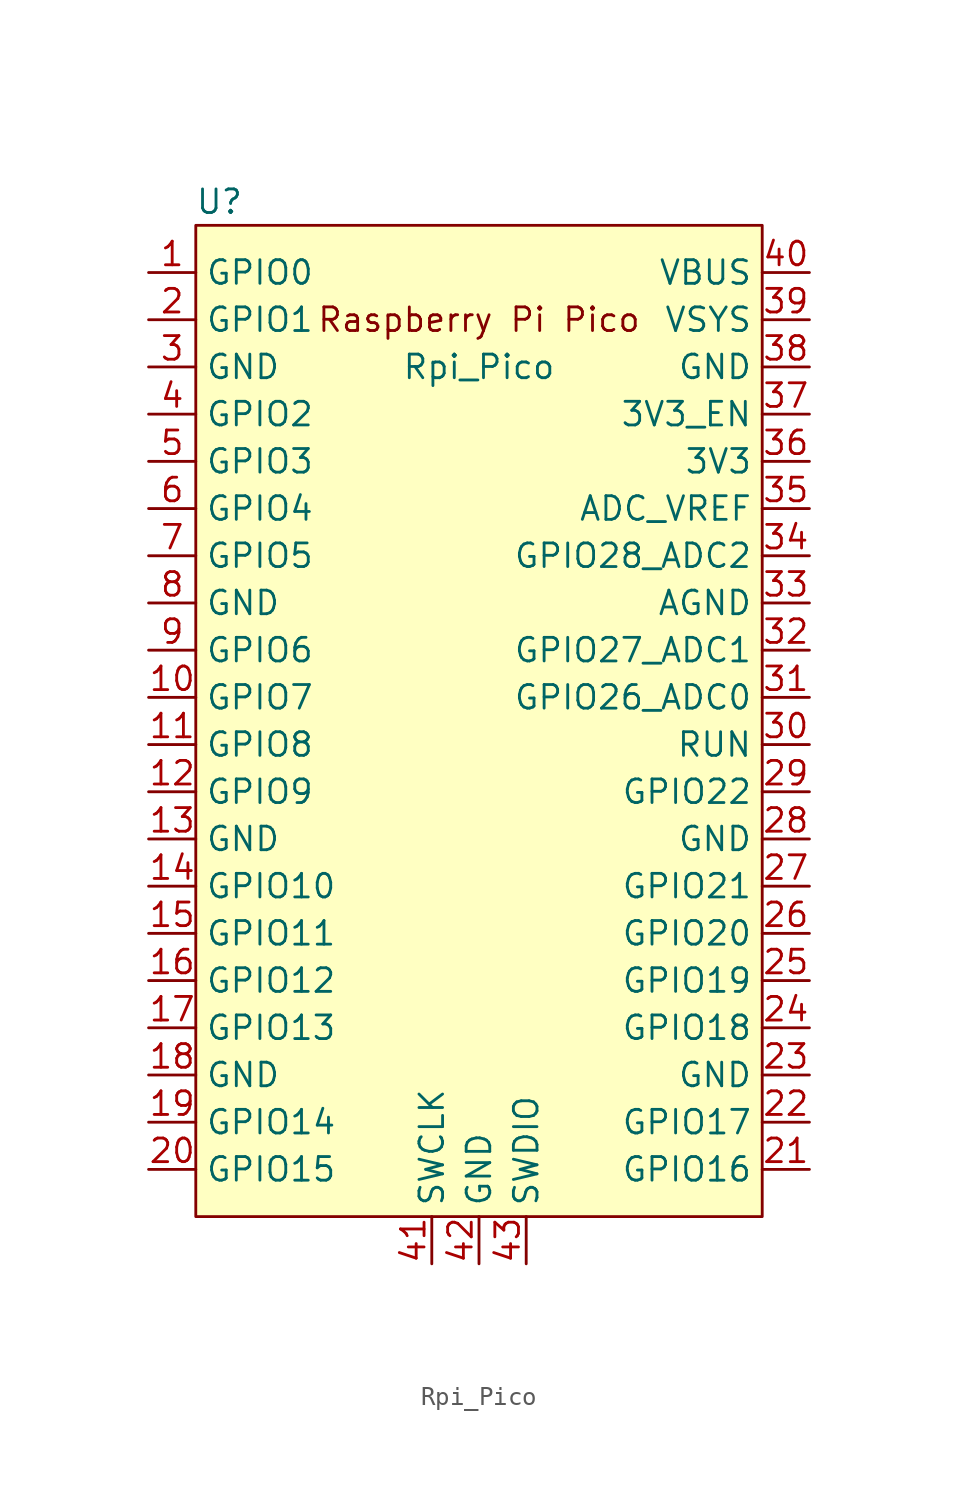
<source format=kicad_sym>
(kicad_symbol_lib
  (version 20220914)
  (generator kicad_symbol_editor)
  (symbol "Rpi_Pico"
    (property "Reference" "U"
      (at -13.97 27.94 0)
      (effects (font (size 1.27 1.27))))
    (property "Value" "Rpi_Pico"
      (at 0 19.05 0)
      (effects (font (size 1.27 1.27))))
    (symbol "Rpi_Pico_0_0"
      (text "Raspberry Pi Pico" (at 0 21.59 0) (effects (font (size 1.27 1.27)))))
    (symbol "Rpi_Pico_0_1"
      (rectangle (start -15.24 26.67) (end 15.24 -26.67) (stroke (width 0) (type default)) (fill (type background))))
    (symbol "Rpi_Pico_1_1"
      (pin bidirectional line (at -17.78 24.13 0) (length 2.54) (name "GPIO0" (effects (font (size 1.27 1.27)))) (number "1" (effects (font (size 1.27 1.27)))))
      (pin bidirectional line (at -17.78 1.27 0) (length 2.54) (name "GPIO7" (effects (font (size 1.27 1.27)))) (number "10" (effects (font (size 1.27 1.27)))))
      (pin bidirectional line (at -17.78 -1.27 0) (length 2.54) (name "GPIO8" (effects (font (size 1.27 1.27)))) (number "11" (effects (font (size 1.27 1.27)))))
      (pin bidirectional line (at -17.78 -3.81 0) (length 2.54) (name "GPIO9" (effects (font (size 1.27 1.27)))) (number "12" (effects (font (size 1.27 1.27)))))
      (pin power_in line (at -17.78 -6.35 0) (length 2.54) (name "GND" (effects (font (size 1.27 1.27)))) (number "13" (effects (font (size 1.27 1.27)))))
      (pin bidirectional line (at -17.78 -8.89 0) (length 2.54) (name "GPIO10" (effects (font (size 1.27 1.27)))) (number "14" (effects (font (size 1.27 1.27)))))
      (pin bidirectional line (at -17.78 -11.43 0) (length 2.54) (name "GPIO11" (effects (font (size 1.27 1.27)))) (number "15" (effects (font (size 1.27 1.27)))))
      (pin bidirectional line (at -17.78 -13.97 0) (length 2.54) (name "GPIO12" (effects (font (size 1.27 1.27)))) (number "16" (effects (font (size 1.27 1.27)))))
      (pin bidirectional line (at -17.78 -16.51 0) (length 2.54) (name "GPIO13" (effects (font (size 1.27 1.27)))) (number "17" (effects (font (size 1.27 1.27)))))
      (pin power_in line (at -17.78 -19.05 0) (length 2.54) (name "GND" (effects (font (size 1.27 1.27)))) (number "18" (effects (font (size 1.27 1.27)))))
      (pin bidirectional line (at -17.78 -21.59 0) (length 2.54) (name "GPIO14" (effects (font (size 1.27 1.27)))) (number "19" (effects (font (size 1.27 1.27)))))
      (pin bidirectional line (at -17.78 21.59 0) (length 2.54) (name "GPIO1" (effects (font (size 1.27 1.27)))) (number "2" (effects (font (size 1.27 1.27)))))
      (pin bidirectional line (at -17.78 -24.13 0) (length 2.54) (name "GPIO15" (effects (font (size 1.27 1.27)))) (number "20" (effects (font (size 1.27 1.27)))))
      (pin bidirectional line (at 17.78 -24.13 180) (length 2.54) (name "GPIO16" (effects (font (size 1.27 1.27)))) (number "21" (effects (font (size 1.27 1.27)))))
      (pin bidirectional line (at 17.78 -21.59 180) (length 2.54) (name "GPIO17" (effects (font (size 1.27 1.27)))) (number "22" (effects (font (size 1.27 1.27)))))
      (pin power_in line (at 17.78 -19.05 180) (length 2.54) (name "GND" (effects (font (size 1.27 1.27)))) (number "23" (effects (font (size 1.27 1.27)))))
      (pin bidirectional line (at 17.78 -16.51 180) (length 2.54) (name "GPIO18" (effects (font (size 1.27 1.27)))) (number "24" (effects (font (size 1.27 1.27)))))
      (pin bidirectional line (at 17.78 -13.97 180) (length 2.54) (name "GPIO19" (effects (font (size 1.27 1.27)))) (number "25" (effects (font (size 1.27 1.27)))))
      (pin bidirectional line (at 17.78 -11.43 180) (length 2.54) (name "GPIO20" (effects (font (size 1.27 1.27)))) (number "26" (effects (font (size 1.27 1.27)))))
      (pin bidirectional line (at 17.78 -8.89 180) (length 2.54) (name "GPIO21" (effects (font (size 1.27 1.27)))) (number "27" (effects (font (size 1.27 1.27)))))
      (pin power_in line (at 17.78 -6.35 180) (length 2.54) (name "GND" (effects (font (size 1.27 1.27)))) (number "28" (effects (font (size 1.27 1.27)))))
      (pin bidirectional line (at 17.78 -3.81 180) (length 2.54) (name "GPIO22" (effects (font (size 1.27 1.27)))) (number "29" (effects (font (size 1.27 1.27)))))
      (pin power_in line (at -17.78 19.05 0) (length 2.54) (name "GND" (effects (font (size 1.27 1.27)))) (number "3" (effects (font (size 1.27 1.27)))))
      (pin input line (at 17.78 -1.27 180) (length 2.54) (name "RUN" (effects (font (size 1.27 1.27)))) (number "30" (effects (font (size 1.27 1.27)))))
      (pin bidirectional line (at 17.78 1.27 180) (length 2.54) (name "GPIO26_ADC0" (effects (font (size 1.27 1.27)))) (number "31" (effects (font (size 1.27 1.27)))))
      (pin bidirectional line (at 17.78 3.81 180) (length 2.54) (name "GPIO27_ADC1" (effects (font (size 1.27 1.27)))) (number "32" (effects (font (size 1.27 1.27)))))
      (pin power_in line (at 17.78 6.35 180) (length 2.54) (name "AGND" (effects (font (size 1.27 1.27)))) (number "33" (effects (font (size 1.27 1.27)))))
      (pin bidirectional line (at 17.78 8.89 180) (length 2.54) (name "GPIO28_ADC2" (effects (font (size 1.27 1.27)))) (number "34" (effects (font (size 1.27 1.27)))))
      (pin power_in line (at 17.78 11.43 180) (length 2.54) (name "ADC_VREF" (effects (font (size 1.27 1.27)))) (number "35" (effects (font (size 1.27 1.27)))))
      (pin power_in line (at 17.78 13.97 180) (length 2.54) (name "3V3" (effects (font (size 1.27 1.27)))) (number "36" (effects (font (size 1.27 1.27)))))
      (pin input line (at 17.78 16.51 180) (length 2.54) (name "3V3_EN" (effects (font (size 1.27 1.27)))) (number "37" (effects (font (size 1.27 1.27)))))
      (pin bidirectional line (at 17.78 19.05 180) (length 2.54) (name "GND" (effects (font (size 1.27 1.27)))) (number "38" (effects (font (size 1.27 1.27)))))
      (pin power_in line (at 17.78 21.59 180) (length 2.54) (name "VSYS" (effects (font (size 1.27 1.27)))) (number "39" (effects (font (size 1.27 1.27)))))
      (pin bidirectional line (at -17.78 16.51 0) (length 2.54) (name "GPIO2" (effects (font (size 1.27 1.27)))) (number "4" (effects (font (size 1.27 1.27)))))
      (pin power_in line (at 17.78 24.13 180) (length 2.54) (name "VBUS" (effects (font (size 1.27 1.27)))) (number "40" (effects (font (size 1.27 1.27)))))
      (pin input line (at -2.54 -29.21 90) (length 2.54) (name "SWCLK" (effects (font (size 1.27 1.27)))) (number "41" (effects (font (size 1.27 1.27)))))
      (pin power_in line (at 0 -29.21 90) (length 2.54) (name "GND" (effects (font (size 1.27 1.27)))) (number "42" (effects (font (size 1.27 1.27)))))
      (pin bidirectional line (at 2.54 -29.21 90) (length 2.54) (name "SWDIO" (effects (font (size 1.27 1.27)))) (number "43" (effects (font (size 1.27 1.27)))))
      (pin bidirectional line (at -17.78 13.97 0) (length 2.54) (name "GPIO3" (effects (font (size 1.27 1.27)))) (number "5" (effects (font (size 1.27 1.27)))))
      (pin bidirectional line (at -17.78 11.43 0) (length 2.54) (name "GPIO4" (effects (font (size 1.27 1.27)))) (number "6" (effects (font (size 1.27 1.27)))))
      (pin bidirectional line (at -17.78 8.89 0) (length 2.54) (name "GPIO5" (effects (font (size 1.27 1.27)))) (number "7" (effects (font (size 1.27 1.27)))))
      (pin power_in line (at -17.78 6.35 0) (length 2.54) (name "GND" (effects (font (size 1.27 1.27)))) (number "8" (effects (font (size 1.27 1.27)))))
      (pin bidirectional line (at -17.78 3.81 0) (length 2.54) (name "GPIO6" (effects (font (size 1.27 1.27)))) (number "9" (effects (font (size 1.27 1.27))))))))
</source>
